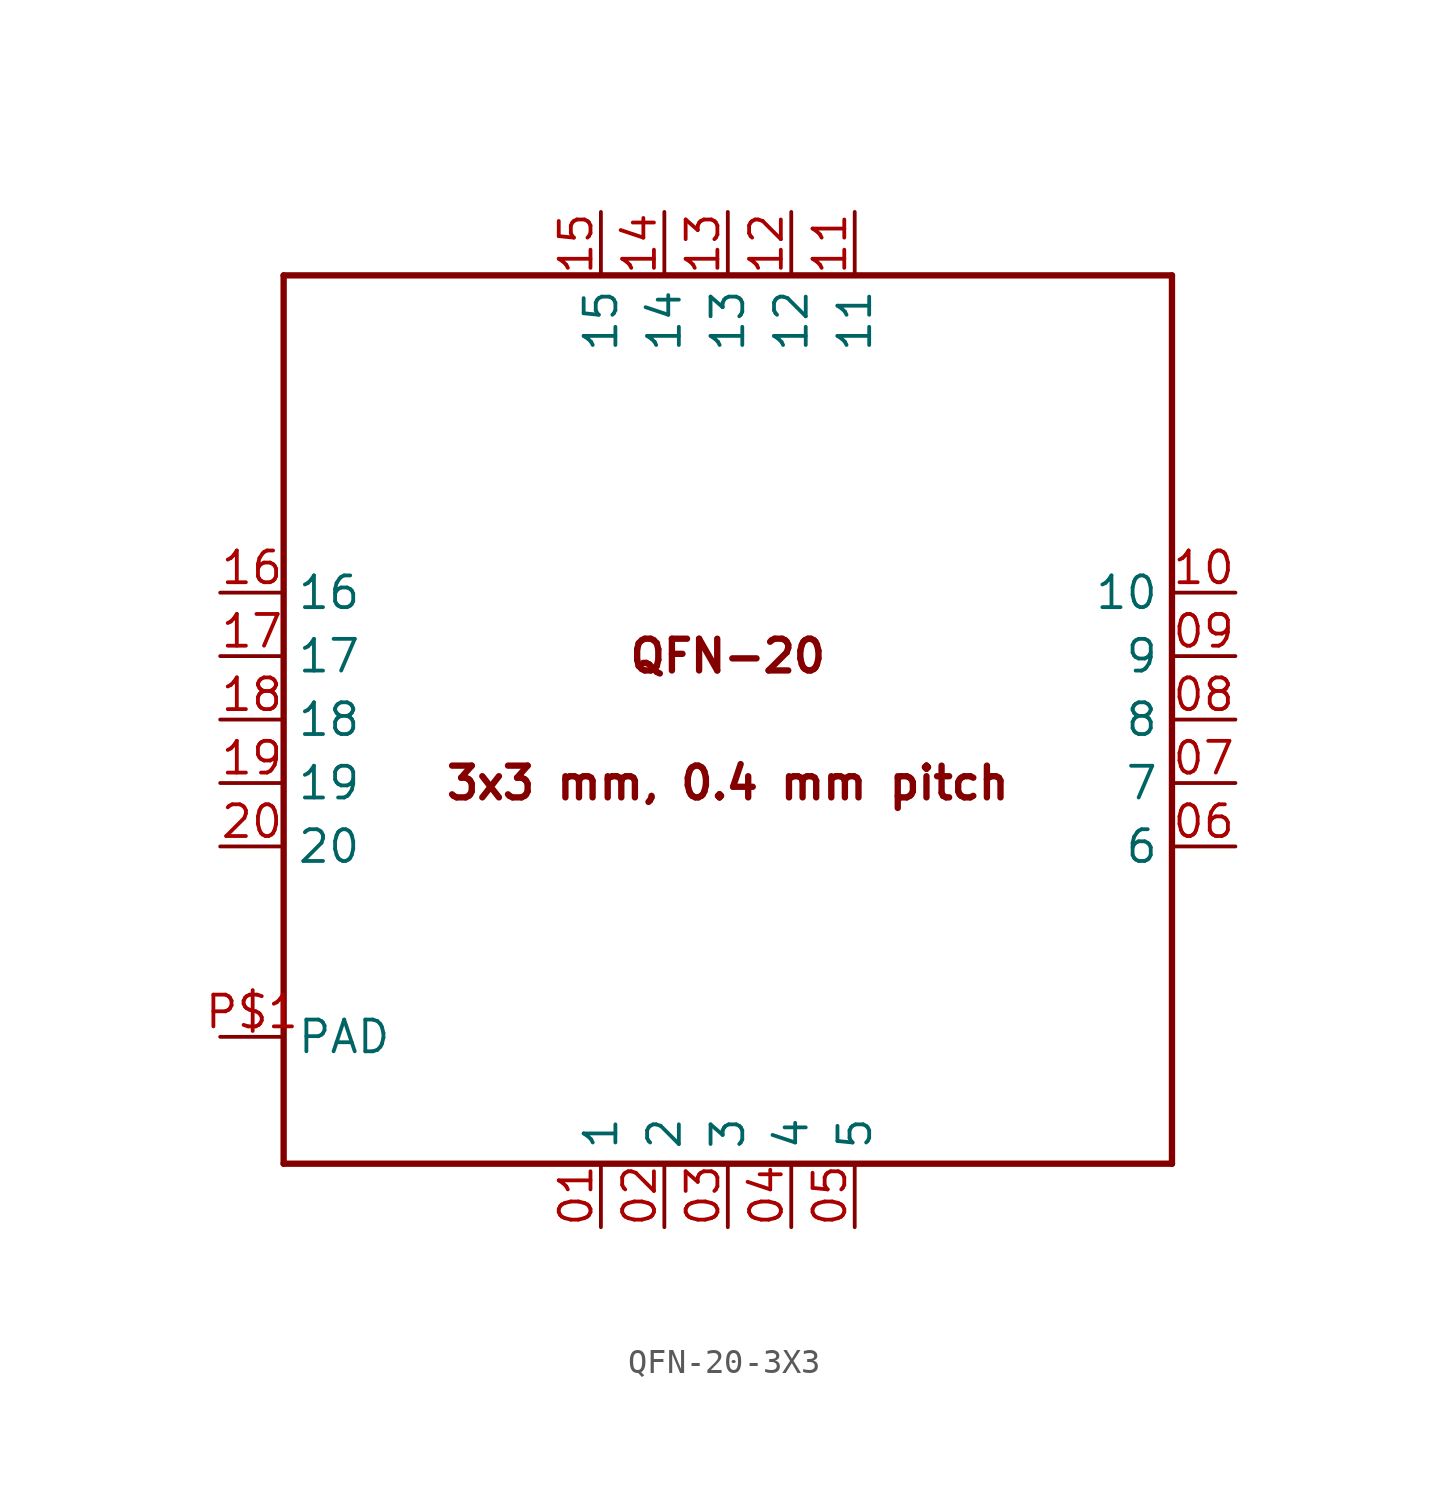
<source format=kicad_sym>
(kicad_symbol_lib
  (version 20211014)
  (generator kicad_symbol_editor)
  (symbol "QFN-20-3X3"
    (property "Reference" ""
      (at 0 0 0)
      (effects (font (size 1.27 1.27)) hide))
    (property "ki_locked" ""
      (at 0 0 0)
      (effects (font (size 1.27 1.27))))
    (symbol "QFN-20-3X3_1_0"
      (polyline (pts (xy -17.78 -17.78) (xy 17.78 -17.78)) (stroke (width 0.254) (type default) (color 0 0 0 0)) (fill (type none)))
      (polyline (pts (xy -17.78 17.78) (xy -17.78 -17.78)) (stroke (width 0.254) (type default) (color 0 0 0 0)) (fill (type none)))
      (polyline (pts (xy 17.78 -17.78) (xy 17.78 17.78)) (stroke (width 0.254) (type default) (color 0 0 0 0)) (fill (type none)))
      (polyline (pts (xy 17.78 17.78) (xy -17.78 17.78)) (stroke (width 0.254) (type default) (color 0 0 0 0)) (fill (type none)))
      (text "3x3 mm, 0.4 mm pitch" (at 0 -2.54 0) (effects (font (size 1.27 1.27) (thickness 0.254) bold)))
      (text "QFN-20" (at 0 2.54 0) (effects (font (size 1.27 1.27) (thickness 0.254) bold)))
      (pin bidirectional line (at -5.08 -20.32 90) (length 2.54) (name "1" (effects (font (size 1.27 1.27)))) (number "01" (effects (font (size 1.27 1.27)))))
      (pin bidirectional line (at -2.54 -20.32 90) (length 2.54) (name "2" (effects (font (size 1.27 1.27)))) (number "02" (effects (font (size 1.27 1.27)))))
      (pin bidirectional line (at 0 -20.32 90) (length 2.54) (name "3" (effects (font (size 1.27 1.27)))) (number "03" (effects (font (size 1.27 1.27)))))
      (pin bidirectional line (at 2.54 -20.32 90) (length 2.54) (name "4" (effects (font (size 1.27 1.27)))) (number "04" (effects (font (size 1.27 1.27)))))
      (pin bidirectional line (at 5.08 -20.32 90) (length 2.54) (name "5" (effects (font (size 1.27 1.27)))) (number "05" (effects (font (size 1.27 1.27)))))
      (pin bidirectional line (at 20.32 -5.08 180) (length 2.54) (name "6" (effects (font (size 1.27 1.27)))) (number "06" (effects (font (size 1.27 1.27)))))
      (pin bidirectional line (at 20.32 -2.54 180) (length 2.54) (name "7" (effects (font (size 1.27 1.27)))) (number "07" (effects (font (size 1.27 1.27)))))
      (pin bidirectional line (at 20.32 0 180) (length 2.54) (name "8" (effects (font (size 1.27 1.27)))) (number "08" (effects (font (size 1.27 1.27)))))
      (pin bidirectional line (at 20.32 2.54 180) (length 2.54) (name "9" (effects (font (size 1.27 1.27)))) (number "09" (effects (font (size 1.27 1.27)))))
      (pin bidirectional line (at 20.32 5.08 180) (length 2.54) (name "10" (effects (font (size 1.27 1.27)))) (number "10" (effects (font (size 1.27 1.27)))))
      (pin bidirectional line (at 5.08 20.32 270) (length 2.54) (name "11" (effects (font (size 1.27 1.27)))) (number "11" (effects (font (size 1.27 1.27)))))
      (pin bidirectional line (at 2.54 20.32 270) (length 2.54) (name "12" (effects (font (size 1.27 1.27)))) (number "12" (effects (font (size 1.27 1.27)))))
      (pin bidirectional line (at 0 20.32 270) (length 2.54) (name "13" (effects (font (size 1.27 1.27)))) (number "13" (effects (font (size 1.27 1.27)))))
      (pin bidirectional line (at -2.54 20.32 270) (length 2.54) (name "14" (effects (font (size 1.27 1.27)))) (number "14" (effects (font (size 1.27 1.27)))))
      (pin bidirectional line (at -5.08 20.32 270) (length 2.54) (name "15" (effects (font (size 1.27 1.27)))) (number "15" (effects (font (size 1.27 1.27)))))
      (pin bidirectional line (at -20.32 5.08 0) (length 2.54) (name "16" (effects (font (size 1.27 1.27)))) (number "16" (effects (font (size 1.27 1.27)))))
      (pin bidirectional line (at -20.32 2.54 0) (length 2.54) (name "17" (effects (font (size 1.27 1.27)))) (number "17" (effects (font (size 1.27 1.27)))))
      (pin input line (at -20.32 0 0) (length 2.54) (name "18" (effects (font (size 1.27 1.27)))) (number "18" (effects (font (size 1.27 1.27)))))
      (pin input line (at -20.32 -2.54 0) (length 2.54) (name "19" (effects (font (size 1.27 1.27)))) (number "19" (effects (font (size 1.27 1.27)))))
      (pin input line (at -20.32 -5.08 0) (length 2.54) (name "20" (effects (font (size 1.27 1.27)))) (number "20" (effects (font (size 1.27 1.27)))))
      (pin bidirectional line (at -20.32 -12.7 0) (length 2.54) (name "PAD" (effects (font (size 1.27 1.27)))) (number "P$1" (effects (font (size 1.27 1.27))))))))
</source>
